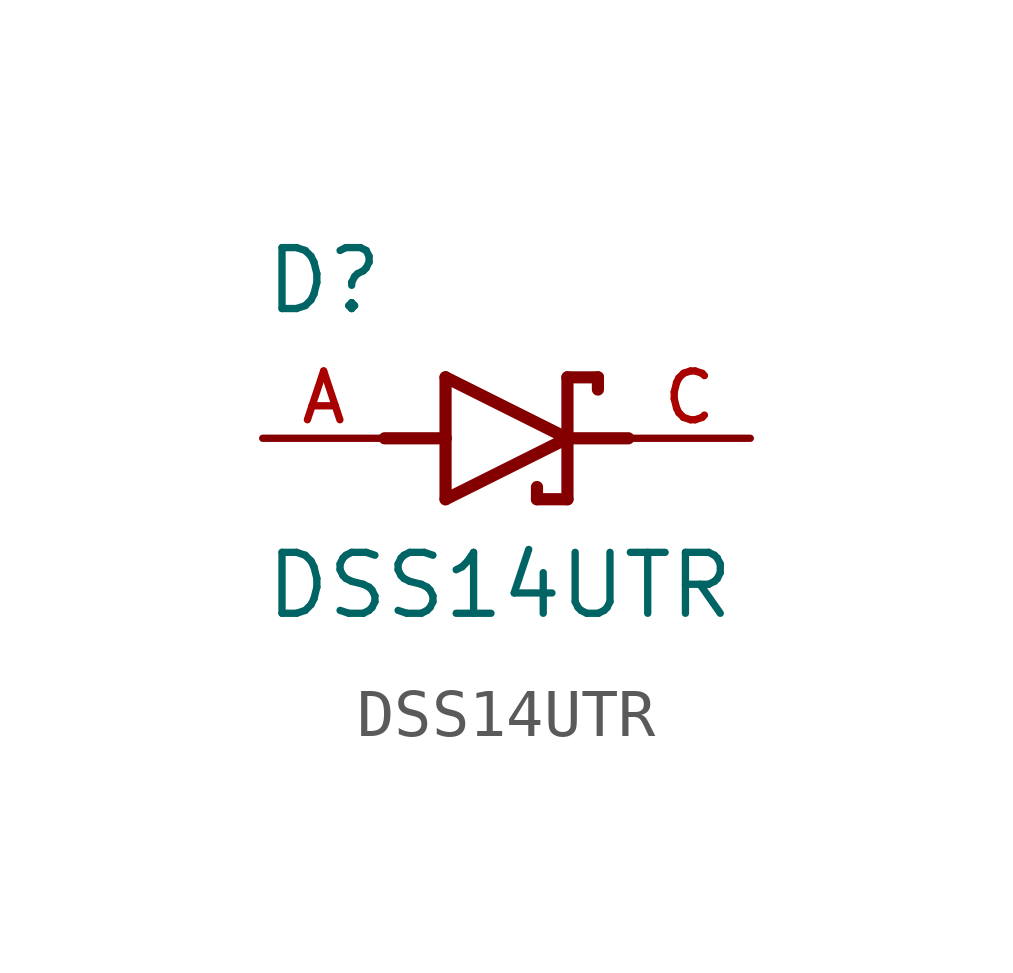
<source format=kicad_sym>
(kicad_symbol_lib
  (version 20211014)
  (generator kicad_symbol_editor)
  (symbol "DSS14UTR"
    (pin_names
      (offset 1.016))
    (property "Reference" "D"
      (at -5.08 2.54 0)
      (effects (font (size 1.27 1.27)) (justify bottom left)))
    (property "Value" "DSS14UTR"
      (at -5.08 -3.81 0)
      (effects (font (size 1.27 1.27)) (justify bottom left)))
    (symbol "DSS14UTR_0_0"
      (polyline (pts (xy -1.27 -1.27) (xy 1.27 0.0)) (stroke (width 0.254)))
      (polyline (pts (xy 1.27 0.0) (xy -1.27 1.27)) (stroke (width 0.254)))
      (polyline (pts (xy 1.905 1.27) (xy 1.27 1.27)) (stroke (width 0.254)))
      (polyline (pts (xy 1.27 1.27) (xy 1.27 0.0)) (stroke (width 0.254)))
      (polyline (pts (xy -1.27 1.27) (xy -1.27 0.0)) (stroke (width 0.254)))
      (polyline (pts (xy -1.27 0.0) (xy -1.27 -1.27)) (stroke (width 0.254)))
      (polyline (pts (xy 1.27 0.0) (xy 1.27 -1.27)) (stroke (width 0.254)))
      (polyline (pts (xy 1.905 1.27) (xy 1.905 1.016)) (stroke (width 0.254)))
      (polyline (pts (xy 1.27 -1.27) (xy 0.635 -1.27)) (stroke (width 0.254)))
      (polyline (pts (xy 0.635 -1.016) (xy 0.635 -1.27)) (stroke (width 0.254)))
      (polyline (pts (xy -2.54 0.0) (xy -1.27 0.0)) (stroke (width 0.254)))
      (polyline (pts (xy 2.54 0.0) (xy 1.27 0.0)) (stroke (width 0.254)))
      (pin passive line (at 5.08 0.0 180.0) (length 2.54) (name "~" (effects (font (size 1.016 1.016)))) (number "C" (effects (font (size 1.016 1.016)))))
      (pin passive line (at -5.08 0.0 0) (length 2.54) (name "~" (effects (font (size 1.016 1.016)))) (number "A" (effects (font (size 1.016 1.016))))))))
</source>
